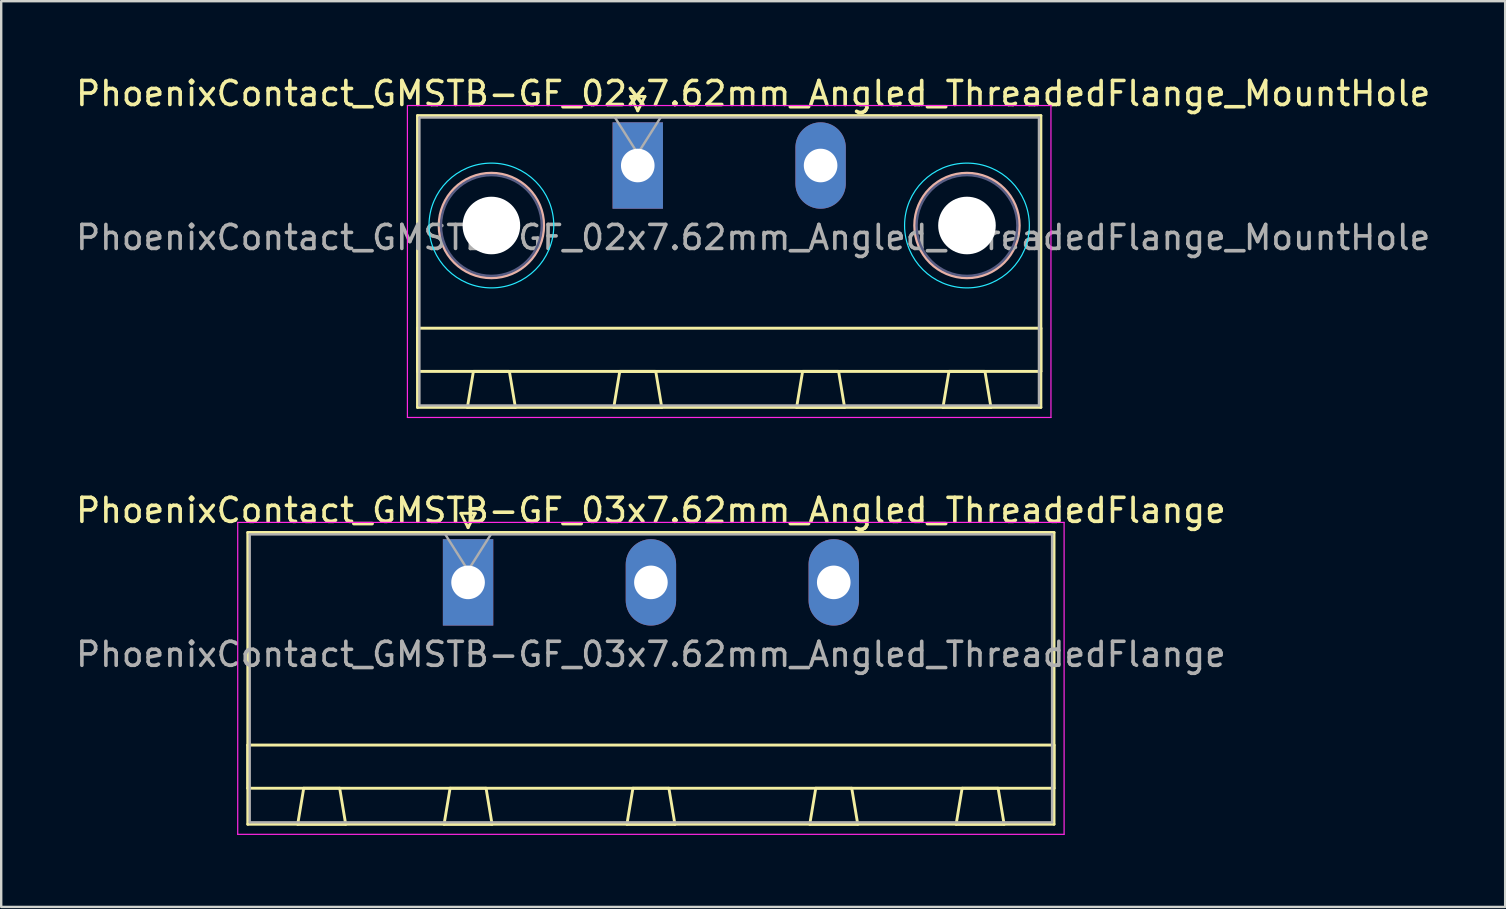
<source format=kicad_pcb>
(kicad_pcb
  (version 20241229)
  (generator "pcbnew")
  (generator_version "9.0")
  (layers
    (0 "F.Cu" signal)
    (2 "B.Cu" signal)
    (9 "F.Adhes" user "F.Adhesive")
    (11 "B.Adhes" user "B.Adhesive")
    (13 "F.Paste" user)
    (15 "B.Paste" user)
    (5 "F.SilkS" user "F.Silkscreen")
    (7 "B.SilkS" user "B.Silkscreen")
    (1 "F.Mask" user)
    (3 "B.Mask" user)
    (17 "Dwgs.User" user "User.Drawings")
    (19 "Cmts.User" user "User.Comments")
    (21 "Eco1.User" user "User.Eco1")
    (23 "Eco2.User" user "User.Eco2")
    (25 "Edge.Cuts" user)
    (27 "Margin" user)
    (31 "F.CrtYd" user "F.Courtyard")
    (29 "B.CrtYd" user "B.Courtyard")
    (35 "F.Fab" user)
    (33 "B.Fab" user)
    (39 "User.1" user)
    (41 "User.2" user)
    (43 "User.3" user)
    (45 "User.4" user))
  (footprint "PhoenixContact_GMSTB-GF_03x7.62mm_Angled_ThreadedFlange"
    (layer "F.Cu")
    (at 16.457 21.221)
    (property "Reference" "PhoenixContact_GMSTB-GF_03x7.62mm_Angled_ThreadedFlange" (at 7.62 -3 0) (layer "F.SilkS") (effects (font (size 1 1) (thickness 0.15))))
    (attr through_hole)
    (fp_line (start -9.18 -2.08) (end -9.18 10.08) (stroke (width 0.12) (type solid)) (layer "F.SilkS"))
    (fp_line (start -9.18 6.78) (end 24.42 6.78) (stroke (width 0.12) (type solid)) (layer "F.SilkS"))
    (fp_line (start -9.18 8.58) (end -9.18 6.78) (stroke (width 0.12) (type solid)) (layer "F.SilkS"))
    (fp_line (start -9.18 10.08) (end 24.42 10.08) (stroke (width 0.12) (type solid)) (layer "F.SilkS"))
    (fp_line (start -7.1 10.08) (end -5.1 10.08) (stroke (width 0.12) (type solid)) (layer "F.SilkS"))
    (fp_line (start -6.85 8.58) (end -7.1 10.08) (stroke (width 0.12) (type solid)) (layer "F.SilkS"))
    (fp_line (start -5.35 8.58) (end -6.85 8.58) (stroke (width 0.12) (type solid)) (layer "F.SilkS"))
    (fp_line (start -5.1 10.08) (end -5.35 8.58) (stroke (width 0.12) (type solid)) (layer "F.SilkS"))
    (fp_line (start -1 10.08) (end 1 10.08) (stroke (width 0.12) (type solid)) (layer "F.SilkS"))
    (fp_line (start -0.75 8.58) (end -1 10.08) (stroke (width 0.12) (type solid)) (layer "F.SilkS"))
    (fp_line (start -0.3 -2.88) (end 0.3 -2.88) (stroke (width 0.12) (type solid)) (layer "F.SilkS"))
    (fp_line (start 0 -2.28) (end -0.3 -2.88) (stroke (width 0.12) (type solid)) (layer "F.SilkS"))
    (fp_line (start 0.3 -2.88) (end 0 -2.28) (stroke (width 0.12) (type solid)) (layer "F.SilkS"))
    (fp_line (start 0.75 8.58) (end -0.75 8.58) (stroke (width 0.12) (type solid)) (layer "F.SilkS"))
    (fp_line (start 1 10.08) (end 0.75 8.58) (stroke (width 0.12) (type solid)) (layer "F.SilkS"))
    (fp_line (start 6.62 10.08) (end 8.62 10.08) (stroke (width 0.12) (type solid)) (layer "F.SilkS"))
    (fp_line (start 6.87 8.58) (end 6.62 10.08) (stroke (width 0.12) (type solid)) (layer "F.SilkS"))
    (fp_line (start 8.37 8.58) (end 6.87 8.58) (stroke (width 0.12) (type solid)) (layer "F.SilkS"))
    (fp_line (start 8.62 10.08) (end 8.37 8.58) (stroke (width 0.12) (type solid)) (layer "F.SilkS"))
    (fp_line (start 14.24 10.08) (end 16.24 10.08) (stroke (width 0.12) (type solid)) (layer "F.SilkS"))
    (fp_line (start 14.49 8.58) (end 14.24 10.08) (stroke (width 0.12) (type solid)) (layer "F.SilkS"))
    (fp_line (start 15.99 8.58) (end 14.49 8.58) (stroke (width 0.12) (type solid)) (layer "F.SilkS"))
    (fp_line (start 16.24 10.08) (end 15.99 8.58) (stroke (width 0.12) (type solid)) (layer "F.SilkS"))
    (fp_line (start 20.34 10.08) (end 22.34 10.08) (stroke (width 0.12) (type solid)) (layer "F.SilkS"))
    (fp_line (start 20.59 8.58) (end 20.34 10.08) (stroke (width 0.12) (type solid)) (layer "F.SilkS"))
    (fp_line (start 22.09 8.58) (end 20.59 8.58) (stroke (width 0.12) (type solid)) (layer "F.SilkS"))
    (fp_line (start 22.34 10.08) (end 22.09 8.58) (stroke (width 0.12) (type solid)) (layer "F.SilkS"))
    (fp_line (start 24.42 -2.08) (end -9.18 -2.08) (stroke (width 0.12) (type solid)) (layer "F.SilkS"))
    (fp_line (start 24.42 6.78) (end 24.42 8.58) (stroke (width 0.12) (type solid)) (layer "F.SilkS"))
    (fp_line (start 24.42 8.58) (end -9.18 8.58) (stroke (width 0.12) (type solid)) (layer "F.SilkS"))
    (fp_line (start 24.42 10.08) (end 24.42 -2.08) (stroke (width 0.12) (type solid)) (layer "F.SilkS"))
    (fp_line (start -9.6 -2.5) (end -9.6 10.5) (stroke (width 0.05) (type solid)) (layer "F.CrtYd"))
    (fp_line (start -9.6 10.5) (end 24.84 10.5) (stroke (width 0.05) (type solid)) (layer "F.CrtYd"))
    (fp_line (start 24.84 -2.5) (end -9.6 -2.5) (stroke (width 0.05) (type solid)) (layer "F.CrtYd"))
    (fp_line (start 24.84 10.5) (end 24.84 -2.5) (stroke (width 0.05) (type solid)) (layer "F.CrtYd"))
    (fp_line (start -9.1 -2) (end -9.1 10) (stroke (width 0.1) (type solid)) (layer "F.Fab"))
    (fp_line (start -9.1 10) (end 24.34 10) (stroke (width 0.1) (type solid)) (layer "F.Fab"))
    (fp_line (start 0 -0.5) (end -0.95 -2) (stroke (width 0.1) (type solid)) (layer "F.Fab"))
    (fp_line (start 0.95 -2) (end 0 -0.5) (stroke (width 0.1) (type solid)) (layer "F.Fab"))
    (fp_line (start 24.34 -2) (end -9.1 -2) (stroke (width 0.1) (type solid)) (layer "F.Fab"))
    (fp_line (start 24.34 10) (end 24.34 -2) (stroke (width 0.1) (type solid)) (layer "F.Fab"))
    (fp_text user "${REFERENCE}" (at 7.62 3 0) (layer "F.Fab") (effects (font (size 1 1) (thickness 0.15))))
    (pad "1" thru_hole rect (at 0 0) (size 2.1 3.6) (drill 1.4) (layers "*.Cu" "*.Mask"))
    (pad "2" thru_hole oval (at 7.62 0) (size 2.1 3.6) (drill 1.4) (layers "*.Cu" "*.Mask"))
    (pad "3" thru_hole oval (at 15.24 0) (size 2.1 3.6) (drill 1.4) (layers "*.Cu" "*.Mask")))
  (footprint "PhoenixContact_GMSTB-GF_02x7.62mm_Angled_ThreadedFlange_MountHole"
    (layer "F.Cu")
    (at 23.529 3.848)
    (property "Reference" "PhoenixContact_GMSTB-GF_02x7.62mm_Angled_ThreadedFlange_MountHole" (at 4.81 -3 0) (layer "F.SilkS") (effects (font (size 1 1) (thickness 0.15))))
    (attr through_hole)
    (fp_line (start -9.18 -2.08) (end -9.18 10.08) (stroke (width 0.12) (type solid)) (layer "F.SilkS"))
    (fp_line (start -9.18 6.78) (end 16.8 6.78) (stroke (width 0.12) (type solid)) (layer "F.SilkS"))
    (fp_line (start -9.18 8.58) (end -9.18 6.78) (stroke (width 0.12) (type solid)) (layer "F.SilkS"))
    (fp_line (start -9.18 10.08) (end 16.8 10.08) (stroke (width 0.12) (type solid)) (layer "F.SilkS"))
    (fp_line (start -7.1 10.08) (end -5.1 10.08) (stroke (width 0.12) (type solid)) (layer "F.SilkS"))
    (fp_line (start -6.85 8.58) (end -7.1 10.08) (stroke (width 0.12) (type solid)) (layer "F.SilkS"))
    (fp_line (start -5.35 8.58) (end -6.85 8.58) (stroke (width 0.12) (type solid)) (layer "F.SilkS"))
    (fp_line (start -5.1 10.08) (end -5.35 8.58) (stroke (width 0.12) (type solid)) (layer "F.SilkS"))
    (fp_line (start -1 10.08) (end 1 10.08) (stroke (width 0.12) (type solid)) (layer "F.SilkS"))
    (fp_line (start -0.75 8.58) (end -1 10.08) (stroke (width 0.12) (type solid)) (layer "F.SilkS"))
    (fp_line (start -0.3 -2.88) (end 0.3 -2.88) (stroke (width 0.12) (type solid)) (layer "F.SilkS"))
    (fp_line (start 0 -2.28) (end -0.3 -2.88) (stroke (width 0.12) (type solid)) (layer "F.SilkS"))
    (fp_line (start 0.3 -2.88) (end 0 -2.28) (stroke (width 0.12) (type solid)) (layer "F.SilkS"))
    (fp_line (start 0.75 8.58) (end -0.75 8.58) (stroke (width 0.12) (type solid)) (layer "F.SilkS"))
    (fp_line (start 1 10.08) (end 0.75 8.58) (stroke (width 0.12) (type solid)) (layer "F.SilkS"))
    (fp_line (start 6.62 10.08) (end 8.62 10.08) (stroke (width 0.12) (type solid)) (layer "F.SilkS"))
    (fp_line (start 6.87 8.58) (end 6.62 10.08) (stroke (width 0.12) (type solid)) (layer "F.SilkS"))
    (fp_line (start 8.37 8.58) (end 6.87 8.58) (stroke (width 0.12) (type solid)) (layer "F.SilkS"))
    (fp_line (start 8.62 10.08) (end 8.37 8.58) (stroke (width 0.12) (type solid)) (layer "F.SilkS"))
    (fp_line (start 12.72 10.08) (end 14.72 10.08) (stroke (width 0.12) (type solid)) (layer "F.SilkS"))
    (fp_line (start 12.97 8.58) (end 12.72 10.08) (stroke (width 0.12) (type solid)) (layer "F.SilkS"))
    (fp_line (start 14.47 8.58) (end 12.97 8.58) (stroke (width 0.12) (type solid)) (layer "F.SilkS"))
    (fp_line (start 14.72 10.08) (end 14.47 8.58) (stroke (width 0.12) (type solid)) (layer "F.SilkS"))
    (fp_line (start 16.8 -2.08) (end -9.18 -2.08) (stroke (width 0.12) (type solid)) (layer "F.SilkS"))
    (fp_line (start 16.8 6.78) (end 16.8 8.58) (stroke (width 0.12) (type solid)) (layer "F.SilkS"))
    (fp_line (start 16.8 8.58) (end -9.18 8.58) (stroke (width 0.12) (type solid)) (layer "F.SilkS"))
    (fp_line (start 16.8 10.08) (end 16.8 -2.08) (stroke (width 0.12) (type solid)) (layer "F.SilkS"))
    (fp_circle (center -6.1 2.5) (end -3.92 2.5) (stroke (width 0.12) (type solid)) (fill no) (layer "B.SilkS"))
    (fp_circle (center 13.72 2.5) (end 15.9 2.5) (stroke (width 0.12) (type solid)) (fill no) (layer "B.SilkS"))
    (fp_circle (center -6.1 2.5) (end -3.5 2.5) (stroke (width 0.05) (type solid)) (fill no) (layer "B.CrtYd"))
    (fp_circle (center 13.72 2.5) (end 16.32 2.5) (stroke (width 0.05) (type solid)) (fill no) (layer "B.CrtYd"))
    (fp_line (start -9.6 -2.5) (end -9.6 10.5) (stroke (width 0.05) (type solid)) (layer "F.CrtYd"))
    (fp_line (start -9.6 10.5) (end 17.22 10.5) (stroke (width 0.05) (type solid)) (layer "F.CrtYd"))
    (fp_line (start 17.22 -2.5) (end -9.6 -2.5) (stroke (width 0.05) (type solid)) (layer "F.CrtYd"))
    (fp_line (start 17.22 10.5) (end 17.22 -2.5) (stroke (width 0.05) (type solid)) (layer "F.CrtYd"))
    (fp_circle (center -6.1 2.5) (end -4 2.5) (stroke (width 0.1) (type solid)) (fill no) (layer "B.Fab"))
    (fp_circle (center 13.72 2.5) (end 15.82 2.5) (stroke (width 0.1) (type solid)) (fill no) (layer "B.Fab"))
    (fp_line (start -9.1 -2) (end -9.1 10) (stroke (width 0.1) (type solid)) (layer "F.Fab"))
    (fp_line (start -9.1 10) (end 16.72 10) (stroke (width 0.1) (type solid)) (layer "F.Fab"))
    (fp_line (start 0 -0.5) (end -0.95 -2) (stroke (width 0.1) (type solid)) (layer "F.Fab"))
    (fp_line (start 0.95 -2) (end 0 -0.5) (stroke (width 0.1) (type solid)) (layer "F.Fab"))
    (fp_line (start 16.72 -2) (end -9.1 -2) (stroke (width 0.1) (type solid)) (layer "F.Fab"))
    (fp_line (start 16.72 10) (end 16.72 -2) (stroke (width 0.1) (type solid)) (layer "F.Fab"))
    (fp_text user "${REFERENCE}" (at 4.81 3 0) (layer "F.Fab") (effects (font (size 1 1) (thickness 0.15))))
    (pad "" np_thru_hole circle (at -6.1 2.5) (size 2.4 2.4) (drill 2.4) (layers "*.Cu" "*.Mask"))
    (pad "" np_thru_hole circle (at 13.72 2.5) (size 2.4 2.4) (drill 2.4) (layers "*.Cu" "*.Mask"))
    (pad "1" thru_hole rect (at 0 0) (size 2.1 3.6) (drill 1.4) (layers "*.Cu" "*.Mask"))
    (pad "2" thru_hole oval (at 7.62 0) (size 2.1 3.6) (drill 1.4) (layers "*.Cu" "*.Mask")))
  (gr_rect
    (start -3 -3)
    (end 59.679 34.746)
    (stroke (width 0.1) (type default))
    (fill no)
    (layer "Edge.Cuts")))
</source>
